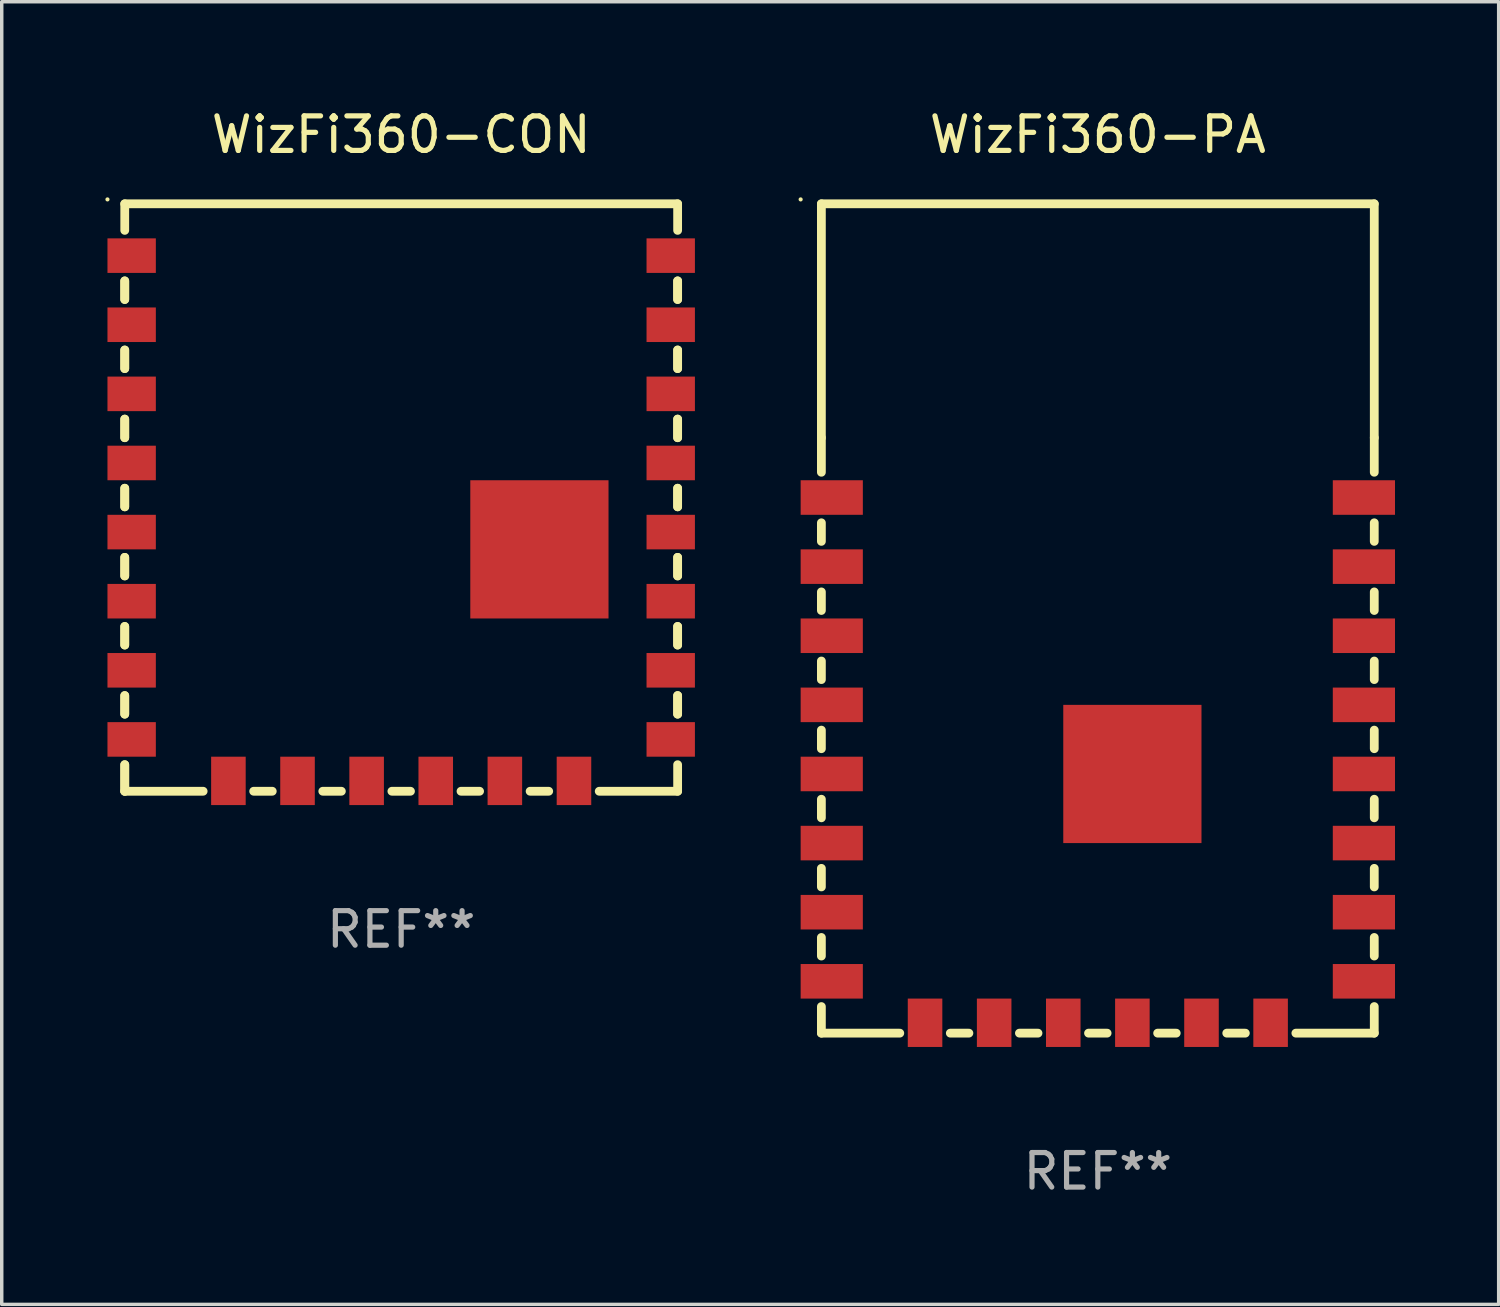
<source format=kicad_pcb>
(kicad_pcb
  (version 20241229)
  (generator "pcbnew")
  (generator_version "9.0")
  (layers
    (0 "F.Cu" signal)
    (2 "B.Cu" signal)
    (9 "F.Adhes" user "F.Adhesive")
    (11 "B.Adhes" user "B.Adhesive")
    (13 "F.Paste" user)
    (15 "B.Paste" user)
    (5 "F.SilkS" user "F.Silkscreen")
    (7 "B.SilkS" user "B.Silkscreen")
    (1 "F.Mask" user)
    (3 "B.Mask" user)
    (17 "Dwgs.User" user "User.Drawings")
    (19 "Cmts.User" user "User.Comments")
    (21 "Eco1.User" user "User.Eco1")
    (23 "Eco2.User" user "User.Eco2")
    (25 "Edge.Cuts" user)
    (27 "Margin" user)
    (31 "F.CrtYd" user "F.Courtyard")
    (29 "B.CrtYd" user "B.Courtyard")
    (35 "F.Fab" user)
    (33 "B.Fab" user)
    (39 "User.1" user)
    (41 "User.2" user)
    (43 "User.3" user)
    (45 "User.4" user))
  (footprint "WizFi360-PA"
    (layer "F.Cu")
    (at 28.72 14.848)
    (property "Reference" "WizFi360-PA" (at 0 -14 0) (layer "F.SilkS") (effects (font (size 1 1) (thickness 0.15))))
    (attr through_hole)
    (fp_line (start -8 -12) (end 8 -12) (stroke (width 0.254) (type solid)) (layer "F.SilkS"))
    (fp_line (start -8 -5.231) (end -8 -12) (stroke (width 0.254) (type solid)) (layer "F.SilkS"))
    (fp_line (start -8 -4.231) (end -8 -5.231) (stroke (width 0.254) (type solid)) (layer "F.SilkS"))
    (fp_line (start -8 -2.231) (end -8 -2.769) (stroke (width 0.254) (type solid)) (layer "F.SilkS"))
    (fp_line (start -8 -0.231) (end -8 -0.769) (stroke (width 0.254) (type solid)) (layer "F.SilkS"))
    (fp_line (start -8 1.769) (end -8 1.231) (stroke (width 0.254) (type solid)) (layer "F.SilkS"))
    (fp_line (start -8 3.769) (end -8 3.231) (stroke (width 0.254) (type solid)) (layer "F.SilkS"))
    (fp_line (start -8 5.769) (end -8 5.231) (stroke (width 0.254) (type solid)) (layer "F.SilkS"))
    (fp_line (start -8 7.769) (end -8 7.231) (stroke (width 0.254) (type solid)) (layer "F.SilkS"))
    (fp_line (start -8 9.769) (end -8 9.231) (stroke (width 0.254) (type solid)) (layer "F.SilkS"))
    (fp_line (start -8 12) (end -8 11.231) (stroke (width 0.254) (type solid)) (layer "F.SilkS"))
    (fp_line (start -5.731 12) (end -8 12) (stroke (width 0.254) (type solid)) (layer "F.SilkS"))
    (fp_line (start -3.731 12) (end -4.269 12) (stroke (width 0.254) (type solid)) (layer "F.SilkS"))
    (fp_line (start -1.731 12) (end -2.269 12) (stroke (width 0.254) (type solid)) (layer "F.SilkS"))
    (fp_line (start 0.269 12) (end -0.269 12) (stroke (width 0.254) (type solid)) (layer "F.SilkS"))
    (fp_line (start 2.269 12) (end 1.731 12) (stroke (width 0.254) (type solid)) (layer "F.SilkS"))
    (fp_line (start 4.269 12) (end 3.731 12) (stroke (width 0.254) (type solid)) (layer "F.SilkS"))
    (fp_line (start 8 12) (end 5.731 12) (stroke (width 0.254) (type solid)) (layer "F.SilkS"))
    (fp_line (start 8 -12) (end 8 -5.231) (stroke (width 0.254) (type solid)) (layer "F.SilkS"))
    (fp_line (start 8 -5.231) (end 8 -4.231) (stroke (width 0.254) (type solid)) (layer "F.SilkS"))
    (fp_line (start 8 -2.769) (end 8 -2.231) (stroke (width 0.254) (type solid)) (layer "F.SilkS"))
    (fp_line (start 8 -0.769) (end 8 -0.231) (stroke (width 0.254) (type solid)) (layer "F.SilkS"))
    (fp_line (start 8 1.231) (end 8 1.769) (stroke (width 0.254) (type solid)) (layer "F.SilkS"))
    (fp_line (start 8 3.231) (end 8 3.769) (stroke (width 0.254) (type solid)) (layer "F.SilkS"))
    (fp_line (start 8 5.231) (end 8 5.769) (stroke (width 0.254) (type solid)) (layer "F.SilkS"))
    (fp_line (start 8 7.231) (end 8 7.769) (stroke (width 0.254) (type solid)) (layer "F.SilkS"))
    (fp_line (start 8 9.231) (end 8 9.769) (stroke (width 0.254) (type solid)) (layer "F.SilkS"))
    (fp_line (start 8 11.231) (end 8 12) (stroke (width 0.254) (type solid)) (layer "F.SilkS"))
    (fp_circle (center -8.6 -12.127) (end -8.57 -12.127) (stroke (width 0.06) (type solid)) (fill no) (layer "F.SilkS"))
    (fp_text user "REF**" (at 0 16 0) (layer "F.Fab") (effects (font (size 1 1) (thickness 0.15))))
    (pad "1" smd rect (at -7.7 -3.5) (size 1.8 1) (layers "F.Cu" "F.Mask" "F.Paste"))
    (pad "2" smd rect (at -7.7 -1.5) (size 1.8 1) (layers "F.Cu" "F.Mask" "F.Paste"))
    (pad "3" smd rect (at -7.7 0.5) (size 1.8 1) (layers "F.Cu" "F.Mask" "F.Paste"))
    (pad "4" smd rect (at -7.7 2.5) (size 1.8 1) (layers "F.Cu" "F.Mask" "F.Paste"))
    (pad "5" smd rect (at -7.7 4.5) (size 1.8 1) (layers "F.Cu" "F.Mask" "F.Paste"))
    (pad "6" smd rect (at -7.7 6.5) (size 1.8 1) (layers "F.Cu" "F.Mask" "F.Paste"))
    (pad "7" smd rect (at -7.7 8.5) (size 1.8 1) (layers "F.Cu" "F.Mask" "F.Paste"))
    (pad "8" smd rect (at -7.7 10.5) (size 1.8 1) (layers "F.Cu" "F.Mask" "F.Paste"))
    (pad "9" smd rect (at -5 11.7 90) (size 1.4 1) (layers "F.Cu" "F.Mask" "F.Paste"))
    (pad "10" smd rect (at -3 11.7 90) (size 1.4 1) (layers "F.Cu" "F.Mask" "F.Paste"))
    (pad "11" smd rect (at -1 11.7 90) (size 1.4 1) (layers "F.Cu" "F.Mask" "F.Paste"))
    (pad "12" smd rect (at 1 11.7 90) (size 1.4 1) (layers "F.Cu" "F.Mask" "F.Paste"))
    (pad "13" smd rect (at 3 11.7 90) (size 1.4 1) (layers "F.Cu" "F.Mask" "F.Paste"))
    (pad "14" smd rect (at 5 11.7 90) (size 1.4 1) (layers "F.Cu" "F.Mask" "F.Paste"))
    (pad "15" smd rect (at 7.7 10.5 180) (size 1.8 1) (layers "F.Cu" "F.Mask" "F.Paste"))
    (pad "16" smd rect (at 7.7 8.5 180) (size 1.8 1) (layers "F.Cu" "F.Mask" "F.Paste"))
    (pad "17" smd rect (at 7.7 6.5 180) (size 1.8 1) (layers "F.Cu" "F.Mask" "F.Paste"))
    (pad "18" smd rect (at 7.7 4.5 180) (size 1.8 1) (layers "F.Cu" "F.Mask" "F.Paste"))
    (pad "19" smd rect (at 7.7 2.5 180) (size 1.8 1) (layers "F.Cu" "F.Mask" "F.Paste"))
    (pad "20" smd rect (at 7.7 0.5 180) (size 1.8 1) (layers "F.Cu" "F.Mask" "F.Paste"))
    (pad "21" smd rect (at 7.7 -1.5 180) (size 1.8 1) (layers "F.Cu" "F.Mask" "F.Paste"))
    (pad "22" smd rect (at 7.7 -3.5 180) (size 1.8 1) (layers "F.Cu" "F.Mask" "F.Paste"))
    (pad "23" smd rect (at 1 4.5 180) (size 4 4) (layers "F.Cu" "F.Mask" "F.Paste")))
  (footprint "WizFi360-CON"
    (layer "F.Cu")
    (at 8.56 11.348)
    (property "Reference" "WizFi360-CON" (at 0 -10.5 0) (layer "F.SilkS") (effects (font (size 1 1) (thickness 0.15))))
    (attr through_hole)
    (fp_line (start -8 -5.731) (end -8 -6.269) (stroke (width 0.254) (type solid)) (layer "F.SilkS"))
    (fp_line (start -8 -3.731) (end -8 -4.269) (stroke (width 0.254) (type solid)) (layer "F.SilkS"))
    (fp_line (start -8 -1.731) (end -8 -2.269) (stroke (width 0.254) (type solid)) (layer "F.SilkS"))
    (fp_line (start -8 0.269) (end -8 -0.269) (stroke (width 0.254) (type solid)) (layer "F.SilkS"))
    (fp_line (start -8 2.269) (end -8 1.731) (stroke (width 0.254) (type solid)) (layer "F.SilkS"))
    (fp_line (start -8 4.269) (end -8 3.731) (stroke (width 0.254) (type solid)) (layer "F.SilkS"))
    (fp_line (start -8 6.269) (end -8 5.731) (stroke (width 0.254) (type solid)) (layer "F.SilkS"))
    (fp_line (start -8 8.5) (end -8 7.731) (stroke (width 0.254) (type solid)) (layer "F.SilkS"))
    (fp_line (start -8 -8.5) (end -8 -7.731) (stroke (width 0.254) (type solid)) (layer "F.SilkS"))
    (fp_line (start -8 -6.269) (end -8 -5.731) (stroke (width 0.254) (type solid)) (layer "F.SilkS"))
    (fp_line (start -8 -4.269) (end -8 -3.731) (stroke (width 0.254) (type solid)) (layer "F.SilkS"))
    (fp_line (start -8 -2.269) (end -8 -1.731) (stroke (width 0.254) (type solid)) (layer "F.SilkS"))
    (fp_line (start -8 -0.269) (end -8 0.269) (stroke (width 0.254) (type solid)) (layer "F.SilkS"))
    (fp_line (start -8 1.731) (end -8 2.269) (stroke (width 0.254) (type solid)) (layer "F.SilkS"))
    (fp_line (start -8 3.731) (end -8 4.269) (stroke (width 0.254) (type solid)) (layer "F.SilkS"))
    (fp_line (start -8 5.731) (end -8 6.269) (stroke (width 0.254) (type solid)) (layer "F.SilkS"))
    (fp_line (start -8 7.731) (end -8 8.5) (stroke (width 0.254) (type solid)) (layer "F.SilkS"))
    (fp_line (start -5.731 8.5) (end -8 8.5) (stroke (width 0.254) (type solid)) (layer "F.SilkS"))
    (fp_line (start -3.731 8.5) (end -4.269 8.5) (stroke (width 0.254) (type solid)) (layer "F.SilkS"))
    (fp_line (start -1.731 8.5) (end -2.269 8.5) (stroke (width 0.254) (type solid)) (layer "F.SilkS"))
    (fp_line (start 0.269 8.5) (end -0.269 8.5) (stroke (width 0.254) (type solid)) (layer "F.SilkS"))
    (fp_line (start 2.269 8.5) (end 1.731 8.5) (stroke (width 0.254) (type solid)) (layer "F.SilkS"))
    (fp_line (start 4.269 8.5) (end 3.731 8.5) (stroke (width 0.254) (type solid)) (layer "F.SilkS"))
    (fp_line (start 8 8.5) (end 5.731 8.5) (stroke (width 0.254) (type solid)) (layer "F.SilkS"))
    (fp_line (start 8 -8.5) (end -8 -8.5) (stroke (width 0.254) (type solid)) (layer "F.SilkS"))
    (fp_line (start 8 -8.5) (end 8 -7.731) (stroke (width 0.254) (type solid)) (layer "F.SilkS"))
    (fp_line (start 8 -6.269) (end 8 -5.731) (stroke (width 0.254) (type solid)) (layer "F.SilkS"))
    (fp_line (start 8 -6.269) (end 8 -5.731) (stroke (width 0.254) (type solid)) (layer "F.SilkS"))
    (fp_line (start 8 -4.269) (end 8 -3.731) (stroke (width 0.254) (type solid)) (layer "F.SilkS"))
    (fp_line (start 8 -4.269) (end 8 -3.731) (stroke (width 0.254) (type solid)) (layer "F.SilkS"))
    (fp_line (start 8 -2.269) (end 8 -1.731) (stroke (width 0.254) (type solid)) (layer "F.SilkS"))
    (fp_line (start 8 -2.269) (end 8 -1.731) (stroke (width 0.254) (type solid)) (layer "F.SilkS"))
    (fp_line (start 8 -0.269) (end 8 0.269) (stroke (width 0.254) (type solid)) (layer "F.SilkS"))
    (fp_line (start 8 -0.269) (end 8 0.269) (stroke (width 0.254) (type solid)) (layer "F.SilkS"))
    (fp_line (start 8 1.731) (end 8 2.269) (stroke (width 0.254) (type solid)) (layer "F.SilkS"))
    (fp_line (start 8 1.731) (end 8 2.269) (stroke (width 0.254) (type solid)) (layer "F.SilkS"))
    (fp_line (start 8 3.731) (end 8 4.269) (stroke (width 0.254) (type solid)) (layer "F.SilkS"))
    (fp_line (start 8 3.731) (end 8 4.269) (stroke (width 0.254) (type solid)) (layer "F.SilkS"))
    (fp_line (start 8 5.731) (end 8 6.269) (stroke (width 0.254) (type solid)) (layer "F.SilkS"))
    (fp_line (start 8 5.731) (end 8 6.269) (stroke (width 0.254) (type solid)) (layer "F.SilkS"))
    (fp_line (start 8 7.731) (end 8 8.5) (stroke (width 0.254) (type solid)) (layer "F.SilkS"))
    (fp_circle (center -8.5 -8.627) (end -8.47 -8.627) (stroke (width 0.06) (type solid)) (fill no) (layer "F.SilkS"))
    (fp_text user "REF**" (at 0 12.5 0) (layer "F.Fab") (effects (font (size 1 1) (thickness 0.15))))
    (pad "1" smd rect (at -7.8 -7) (size 1.4 1) (layers "F.Cu" "F.Mask" "F.Paste"))
    (pad "2" smd rect (at -7.8 -5) (size 1.4 1) (layers "F.Cu" "F.Mask" "F.Paste"))
    (pad "3" smd rect (at -7.8 -3) (size 1.4 1) (layers "F.Cu" "F.Mask" "F.Paste"))
    (pad "4" smd rect (at -7.8 -1) (size 1.4 1) (layers "F.Cu" "F.Mask" "F.Paste"))
    (pad "5" smd rect (at -7.8 1) (size 1.4 1) (layers "F.Cu" "F.Mask" "F.Paste"))
    (pad "6" smd rect (at -7.8 3) (size 1.4 1) (layers "F.Cu" "F.Mask" "F.Paste"))
    (pad "7" smd rect (at -7.8 5) (size 1.4 1) (layers "F.Cu" "F.Mask" "F.Paste"))
    (pad "8" smd rect (at -7.8 7) (size 1.4 1) (layers "F.Cu" "F.Mask" "F.Paste"))
    (pad "9" smd rect (at -5 8.2 90) (size 1.4 1) (layers "F.Cu" "F.Mask" "F.Paste"))
    (pad "10" smd rect (at -3 8.2 90) (size 1.4 1) (layers "F.Cu" "F.Mask" "F.Paste"))
    (pad "11" smd rect (at -1 8.2 90) (size 1.4 1) (layers "F.Cu" "F.Mask" "F.Paste"))
    (pad "12" smd rect (at 1 8.2 90) (size 1.4 1) (layers "F.Cu" "F.Mask" "F.Paste"))
    (pad "13" smd rect (at 3 8.2 90) (size 1.4 1) (layers "F.Cu" "F.Mask" "F.Paste"))
    (pad "14" smd rect (at 5 8.2 90) (size 1.4 1) (layers "F.Cu" "F.Mask" "F.Paste"))
    (pad "15" smd rect (at 7.8 7 180) (size 1.4 1) (layers "F.Cu" "F.Mask" "F.Paste"))
    (pad "16" smd rect (at 7.8 5 180) (size 1.4 1) (layers "F.Cu" "F.Mask" "F.Paste"))
    (pad "17" smd rect (at 7.8 3 180) (size 1.4 1) (layers "F.Cu" "F.Mask" "F.Paste"))
    (pad "18" smd rect (at 7.8 1 180) (size 1.4 1) (layers "F.Cu" "F.Mask" "F.Paste"))
    (pad "19" smd rect (at 7.8 -1 180) (size 1.4 1) (layers "F.Cu" "F.Mask" "F.Paste"))
    (pad "20" smd rect (at 7.8 -3 180) (size 1.4 1) (layers "F.Cu" "F.Mask" "F.Paste"))
    (pad "21" smd rect (at 7.8 -5 180) (size 1.4 1) (layers "F.Cu" "F.Mask" "F.Paste"))
    (pad "22" smd rect (at 7.8 -7 180) (size 1.4 1) (layers "F.Cu" "F.Mask" "F.Paste"))
    (pad "23" smd rect (at 4 1.5 180) (size 4 4) (layers "F.Cu" "F.Mask" "F.Paste")))
  (gr_rect
    (start -3 -3)
    (end 40.32 34.697)
    (stroke (width 0.1) (type default))
    (fill no)
    (layer "Edge.Cuts")))
</source>
